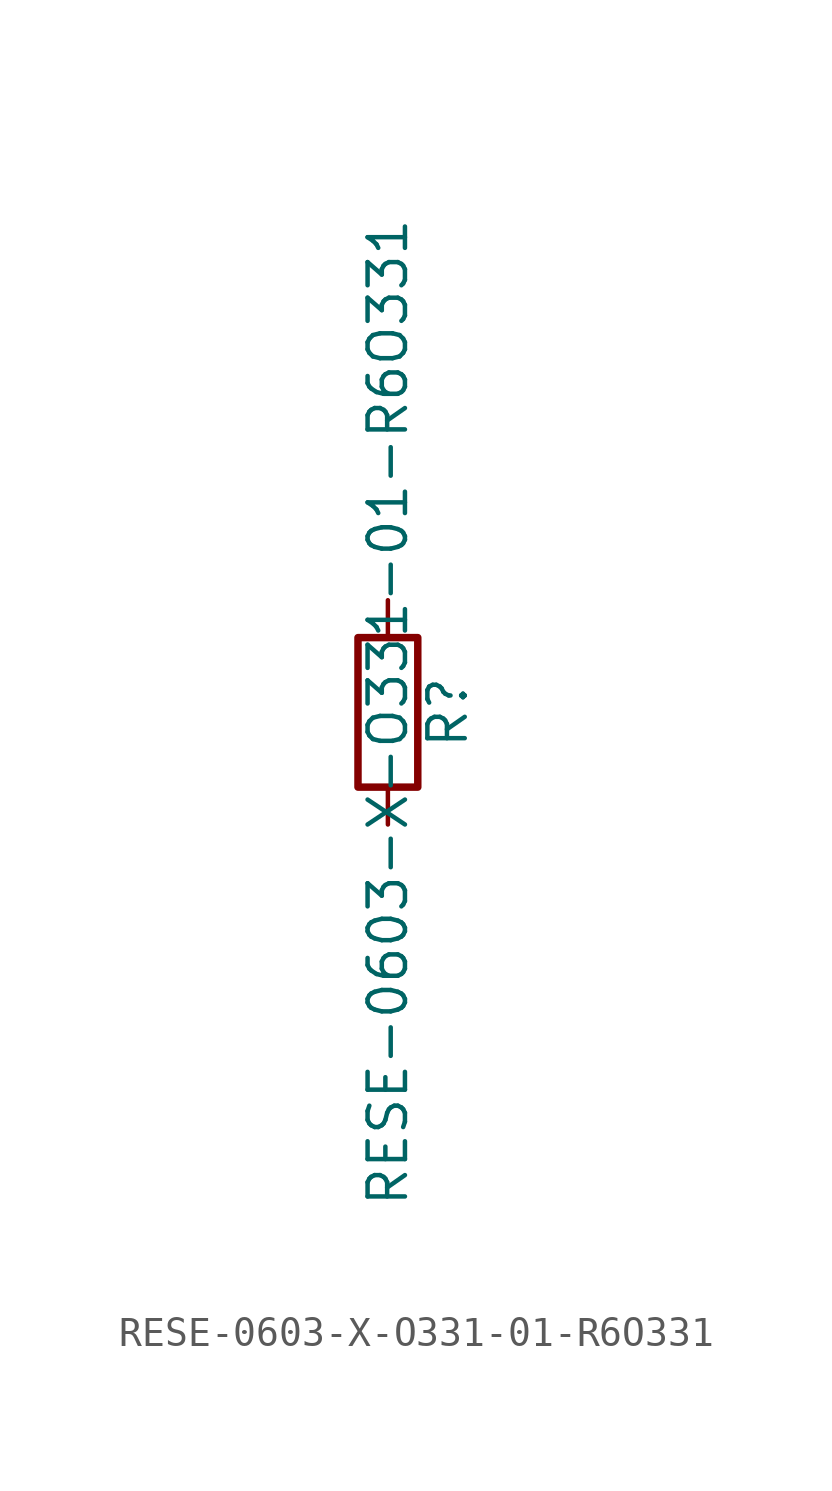
<source format=kicad_sym>
(kicad_symbol_lib
  (version 20211014)
  (generator kicad_symbol_editor)
  (symbol "RESE-0603-X-O331-01-R6O331"
    (pin_numbers hide)
    (pin_names
      (offset 0))
    (property "Reference" "R"
      (at 2.032 0 90)
      (effects (font (size 1.27 1.27))))
    (property "Value" "RESE-0603-X-O331-01-R6O331"
      (at 0 0 90)
      (effects (font (size 1.27 1.27))))
    (symbol "RESE-0603-X-O331-01-R6O331_0_1"
      (rectangle (start -1.016 -2.54) (end 1.016 2.54) (stroke (width 0.254) (type default) (color 0 0 0 0)) (fill (type none))))
    (symbol "RESE-0603-X-O331-01-R6O331_1_1"
      (pin passive line (at 0 3.81 270) (length 1.27) (name "~" (effects (font (size 1.27 1.27)))) (number "1" (effects (font (size 1.27 1.27)))))
      (pin passive line (at 0 -3.81 90) (length 1.27) (name "~" (effects (font (size 1.27 1.27)))) (number "2" (effects (font (size 1.27 1.27))))))))
</source>
